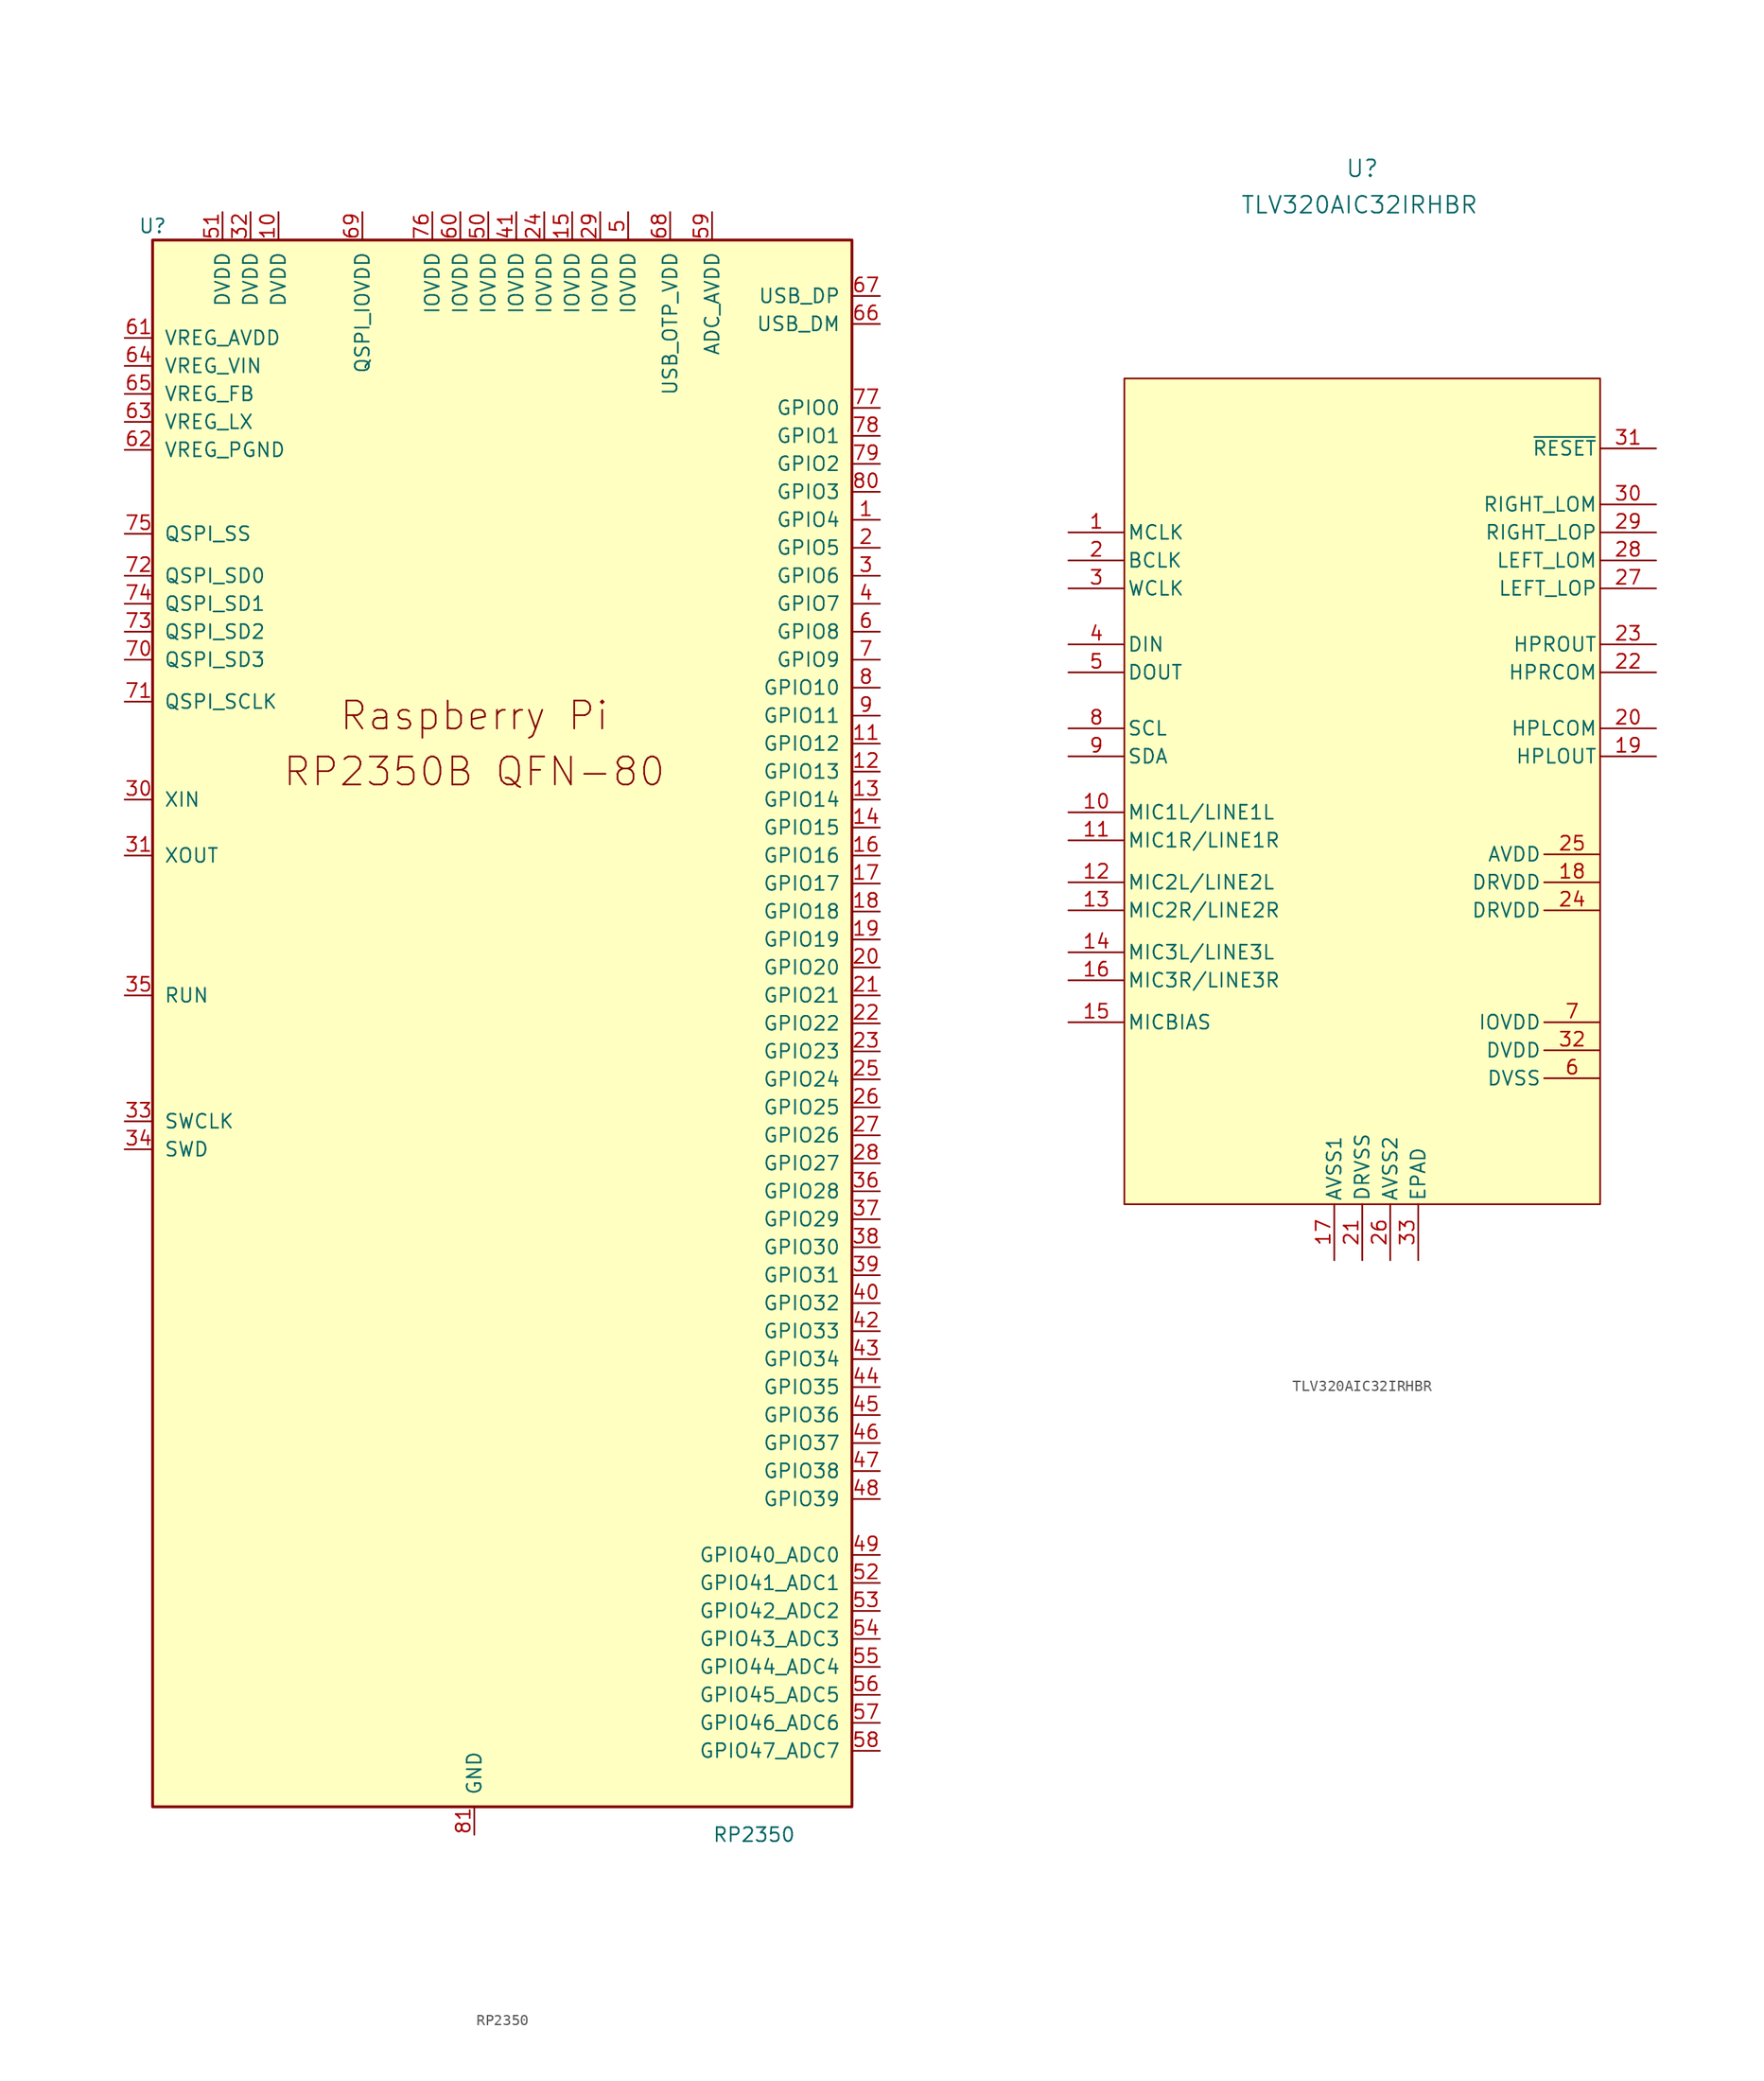
<source format=kicad_sym>
(kicad_symbol_lib
  (version 20241209)
  (generator "kicad_symbol_editor")
  (generator_version "9.0")
  (symbol "RP2350"
    (pin_names
      (offset 1.016))
    (property "Reference" "U"
      (at -29.21 49.53 0)
      (effects (font (size 1.27 1.27))))
    (property "Value" "RP2350"
      (at 25.4 -96.52 0)
      (effects (font (size 1.27 1.27))))
    (symbol "RP2350_0_0"
      (text "Raspberry Pi" (at 0 5.08 0) (effects (font (size 2.54 2.54)))))
    (symbol "RP2350_0_1"
      (rectangle (start -29.21 48.26) (end 34.29 -93.98) (stroke (width 0.254) (type default)) (fill (type background))))
    (symbol "RP2350_1_0"
      (text "RP2350B QFN-80" (at 0 0 0) (effects (font (size 2.54 2.54)))))
    (symbol "RP2350_1_1"
      (pin power_in line (at -31.75 39.37 0) (length 2.54) (name "VREG_AVDD" (effects (font (size 1.27 1.27)))) (number "61" (effects (font (size 1.27 1.27)))))
      (pin power_in line (at -31.75 36.83 0) (length 2.54) (name "VREG_VIN" (effects (font (size 1.27 1.27)))) (number "64" (effects (font (size 1.27 1.27)))))
      (pin input line (at -31.75 34.29 0) (length 2.54) (name "VREG_FB" (effects (font (size 1.27 1.27)))) (number "65" (effects (font (size 1.27 1.27)))))
      (pin power_out line (at -31.75 31.75 0) (length 2.54) (name "VREG_LX" (effects (font (size 1.27 1.27)))) (number "63" (effects (font (size 1.27 1.27)))))
      (pin power_in line (at -31.75 29.21 0) (length 2.54) (name "VREG_PGND" (effects (font (size 1.27 1.27)))) (number "62" (effects (font (size 1.27 1.27)))))
      (pin bidirectional line (at -31.75 21.59 0) (length 2.54) (name "QSPI_SS" (effects (font (size 1.27 1.27)))) (number "75" (effects (font (size 1.27 1.27)))))
      (pin bidirectional line (at -31.75 17.78 0) (length 2.54) (name "QSPI_SD0" (effects (font (size 1.27 1.27)))) (number "72" (effects (font (size 1.27 1.27)))))
      (pin bidirectional line (at -31.75 15.24 0) (length 2.54) (name "QSPI_SD1" (effects (font (size 1.27 1.27)))) (number "74" (effects (font (size 1.27 1.27)))))
      (pin bidirectional line (at -31.75 12.7 0) (length 2.54) (name "QSPI_SD2" (effects (font (size 1.27 1.27)))) (number "73" (effects (font (size 1.27 1.27)))))
      (pin bidirectional line (at -31.75 10.16 0) (length 2.54) (name "QSPI_SD3" (effects (font (size 1.27 1.27)))) (number "70" (effects (font (size 1.27 1.27)))))
      (pin output line (at -31.75 6.35 0) (length 2.54) (name "QSPI_SCLK" (effects (font (size 1.27 1.27)))) (number "71" (effects (font (size 1.27 1.27)))))
      (pin input line (at -31.75 -2.54 0) (length 2.54) (name "XIN" (effects (font (size 1.27 1.27)))) (number "30" (effects (font (size 1.27 1.27)))))
      (pin passive line (at -31.75 -7.62 0) (length 2.54) (name "XOUT" (effects (font (size 1.27 1.27)))) (number "31" (effects (font (size 1.27 1.27)))))
      (pin input line (at -31.75 -20.32 0) (length 2.54) (name "RUN" (effects (font (size 1.27 1.27)))) (number "35" (effects (font (size 1.27 1.27)))))
      (pin output line (at -31.75 -31.75 0) (length 2.54) (name "SWCLK" (effects (font (size 1.27 1.27)))) (number "33" (effects (font (size 1.27 1.27)))))
      (pin bidirectional line (at -31.75 -34.29 0) (length 2.54) (name "SWD" (effects (font (size 1.27 1.27)))) (number "34" (effects (font (size 1.27 1.27)))))
      (pin power_in line (at -22.86 50.8 270) (length 2.54) (name "DVDD" (effects (font (size 1.27 1.27)))) (number "51" (effects (font (size 1.27 1.27)))))
      (pin power_in line (at -20.32 50.8 270) (length 2.54) (name "DVDD" (effects (font (size 1.27 1.27)))) (number "32" (effects (font (size 1.27 1.27)))))
      (pin power_in line (at -17.78 50.8 270) (length 2.54) (name "DVDD" (effects (font (size 1.27 1.27)))) (number "10" (effects (font (size 1.27 1.27)))))
      (pin power_in line (at -10.16 50.8 270) (length 2.54) (name "QSPI_IOVDD" (effects (font (size 1.27 1.27)))) (number "69" (effects (font (size 1.27 1.27)))))
      (pin power_in line (at -3.81 50.8 270) (length 2.54) (name "IOVDD" (effects (font (size 1.27 1.27)))) (number "76" (effects (font (size 1.27 1.27)))))
      (pin power_in line (at -1.27 50.8 270) (length 2.54) (name "IOVDD" (effects (font (size 1.27 1.27)))) (number "60" (effects (font (size 1.27 1.27)))))
      (pin power_in line (at 0 -96.52 90) (length 2.54) (name "GND" (effects (font (size 1.27 1.27)))) (number "81" (effects (font (size 1.27 1.27)))))
      (pin power_in line (at 1.27 50.8 270) (length 2.54) (name "IOVDD" (effects (font (size 1.27 1.27)))) (number "50" (effects (font (size 1.27 1.27)))))
      (pin power_in line (at 3.81 50.8 270) (length 2.54) (name "IOVDD" (effects (font (size 1.27 1.27)))) (number "41" (effects (font (size 1.27 1.27)))))
      (pin power_in line (at 6.35 50.8 270) (length 2.54) (name "IOVDD" (effects (font (size 1.27 1.27)))) (number "24" (effects (font (size 1.27 1.27)))))
      (pin power_in line (at 8.89 50.8 270) (length 2.54) (name "IOVDD" (effects (font (size 1.27 1.27)))) (number "15" (effects (font (size 1.27 1.27)))))
      (pin power_in line (at 11.43 50.8 270) (length 2.54) (name "IOVDD" (effects (font (size 1.27 1.27)))) (number "29" (effects (font (size 1.27 1.27)))))
      (pin power_in line (at 13.97 50.8 270) (length 2.54) (name "IOVDD" (effects (font (size 1.27 1.27)))) (number "5" (effects (font (size 1.27 1.27)))))
      (pin power_in line (at 17.78 50.8 270) (length 2.54) (name "USB_OTP_VDD" (effects (font (size 1.27 1.27)))) (number "68" (effects (font (size 1.27 1.27)))))
      (pin power_in line (at 21.59 50.8 270) (length 2.54) (name "ADC_AVDD" (effects (font (size 1.27 1.27)))) (number "59" (effects (font (size 1.27 1.27)))))
      (pin bidirectional line (at 36.83 43.18 180) (length 2.54) (name "USB_DP" (effects (font (size 1.27 1.27)))) (number "67" (effects (font (size 1.27 1.27)))))
      (pin bidirectional line (at 36.83 40.64 180) (length 2.54) (name "USB_DM" (effects (font (size 1.27 1.27)))) (number "66" (effects (font (size 1.27 1.27)))))
      (pin bidirectional line (at 36.83 33.02 180) (length 2.54) (name "GPIO0" (effects (font (size 1.27 1.27)))) (number "77" (effects (font (size 1.27 1.27)))))
      (pin bidirectional line (at 36.83 30.48 180) (length 2.54) (name "GPIO1" (effects (font (size 1.27 1.27)))) (number "78" (effects (font (size 1.27 1.27)))))
      (pin bidirectional line (at 36.83 27.94 180) (length 2.54) (name "GPIO2" (effects (font (size 1.27 1.27)))) (number "79" (effects (font (size 1.27 1.27)))))
      (pin bidirectional line (at 36.83 25.4 180) (length 2.54) (name "GPIO3" (effects (font (size 1.27 1.27)))) (number "80" (effects (font (size 1.27 1.27)))))
      (pin bidirectional line (at 36.83 22.86 180) (length 2.54) (name "GPIO4" (effects (font (size 1.27 1.27)))) (number "1" (effects (font (size 1.27 1.27)))))
      (pin bidirectional line (at 36.83 20.32 180) (length 2.54) (name "GPIO5" (effects (font (size 1.27 1.27)))) (number "2" (effects (font (size 1.27 1.27)))))
      (pin bidirectional line (at 36.83 17.78 180) (length 2.54) (name "GPIO6" (effects (font (size 1.27 1.27)))) (number "3" (effects (font (size 1.27 1.27)))))
      (pin bidirectional line (at 36.83 15.24 180) (length 2.54) (name "GPIO7" (effects (font (size 1.27 1.27)))) (number "4" (effects (font (size 1.27 1.27)))))
      (pin bidirectional line (at 36.83 12.7 180) (length 2.54) (name "GPIO8" (effects (font (size 1.27 1.27)))) (number "6" (effects (font (size 1.27 1.27)))))
      (pin bidirectional line (at 36.83 10.16 180) (length 2.54) (name "GPIO9" (effects (font (size 1.27 1.27)))) (number "7" (effects (font (size 1.27 1.27)))))
      (pin bidirectional line (at 36.83 7.62 180) (length 2.54) (name "GPIO10" (effects (font (size 1.27 1.27)))) (number "8" (effects (font (size 1.27 1.27)))))
      (pin bidirectional line (at 36.83 5.08 180) (length 2.54) (name "GPIO11" (effects (font (size 1.27 1.27)))) (number "9" (effects (font (size 1.27 1.27)))))
      (pin bidirectional line (at 36.83 2.54 180) (length 2.54) (name "GPIO12" (effects (font (size 1.27 1.27)))) (number "11" (effects (font (size 1.27 1.27)))))
      (pin bidirectional line (at 36.83 0 180) (length 2.54) (name "GPIO13" (effects (font (size 1.27 1.27)))) (number "12" (effects (font (size 1.27 1.27)))))
      (pin bidirectional line (at 36.83 -2.54 180) (length 2.54) (name "GPIO14" (effects (font (size 1.27 1.27)))) (number "13" (effects (font (size 1.27 1.27)))))
      (pin bidirectional line (at 36.83 -5.08 180) (length 2.54) (name "GPIO15" (effects (font (size 1.27 1.27)))) (number "14" (effects (font (size 1.27 1.27)))))
      (pin bidirectional line (at 36.83 -7.62 180) (length 2.54) (name "GPIO16" (effects (font (size 1.27 1.27)))) (number "16" (effects (font (size 1.27 1.27)))))
      (pin bidirectional line (at 36.83 -10.16 180) (length 2.54) (name "GPIO17" (effects (font (size 1.27 1.27)))) (number "17" (effects (font (size 1.27 1.27)))))
      (pin bidirectional line (at 36.83 -12.7 180) (length 2.54) (name "GPIO18" (effects (font (size 1.27 1.27)))) (number "18" (effects (font (size 1.27 1.27)))))
      (pin bidirectional line (at 36.83 -15.24 180) (length 2.54) (name "GPIO19" (effects (font (size 1.27 1.27)))) (number "19" (effects (font (size 1.27 1.27)))))
      (pin bidirectional line (at 36.83 -17.78 180) (length 2.54) (name "GPIO20" (effects (font (size 1.27 1.27)))) (number "20" (effects (font (size 1.27 1.27)))))
      (pin bidirectional line (at 36.83 -20.32 180) (length 2.54) (name "GPIO21" (effects (font (size 1.27 1.27)))) (number "21" (effects (font (size 1.27 1.27)))))
      (pin bidirectional line (at 36.83 -22.86 180) (length 2.54) (name "GPIO22" (effects (font (size 1.27 1.27)))) (number "22" (effects (font (size 1.27 1.27)))))
      (pin bidirectional line (at 36.83 -25.4 180) (length 2.54) (name "GPIO23" (effects (font (size 1.27 1.27)))) (number "23" (effects (font (size 1.27 1.27)))))
      (pin bidirectional line (at 36.83 -27.94 180) (length 2.54) (name "GPIO24" (effects (font (size 1.27 1.27)))) (number "25" (effects (font (size 1.27 1.27)))))
      (pin bidirectional line (at 36.83 -30.48 180) (length 2.54) (name "GPIO25" (effects (font (size 1.27 1.27)))) (number "26" (effects (font (size 1.27 1.27)))))
      (pin bidirectional line (at 36.83 -33.02 180) (length 2.54) (name "GPIO26" (effects (font (size 1.27 1.27)))) (number "27" (effects (font (size 1.27 1.27)))))
      (pin bidirectional line (at 36.83 -35.56 180) (length 2.54) (name "GPIO27" (effects (font (size 1.27 1.27)))) (number "28" (effects (font (size 1.27 1.27)))))
      (pin bidirectional line (at 36.83 -38.1 180) (length 2.54) (name "GPIO28" (effects (font (size 1.27 1.27)))) (number "36" (effects (font (size 1.27 1.27)))))
      (pin bidirectional line (at 36.83 -40.64 180) (length 2.54) (name "GPIO29" (effects (font (size 1.27 1.27)))) (number "37" (effects (font (size 1.27 1.27)))))
      (pin bidirectional line (at 36.83 -43.18 180) (length 2.54) (name "GPIO30" (effects (font (size 1.27 1.27)))) (number "38" (effects (font (size 1.27 1.27)))))
      (pin bidirectional line (at 36.83 -45.72 180) (length 2.54) (name "GPIO31" (effects (font (size 1.27 1.27)))) (number "39" (effects (font (size 1.27 1.27)))))
      (pin bidirectional line (at 36.83 -48.26 180) (length 2.54) (name "GPIO32" (effects (font (size 1.27 1.27)))) (number "40" (effects (font (size 1.27 1.27)))))
      (pin bidirectional line (at 36.83 -50.8 180) (length 2.54) (name "GPIO33" (effects (font (size 1.27 1.27)))) (number "42" (effects (font (size 1.27 1.27)))))
      (pin bidirectional line (at 36.83 -53.34 180) (length 2.54) (name "GPIO34" (effects (font (size 1.27 1.27)))) (number "43" (effects (font (size 1.27 1.27)))))
      (pin bidirectional line (at 36.83 -55.88 180) (length 2.54) (name "GPIO35" (effects (font (size 1.27 1.27)))) (number "44" (effects (font (size 1.27 1.27)))))
      (pin bidirectional line (at 36.83 -58.42 180) (length 2.54) (name "GPIO36" (effects (font (size 1.27 1.27)))) (number "45" (effects (font (size 1.27 1.27)))))
      (pin bidirectional line (at 36.83 -60.96 180) (length 2.54) (name "GPIO37" (effects (font (size 1.27 1.27)))) (number "46" (effects (font (size 1.27 1.27)))))
      (pin bidirectional line (at 36.83 -63.5 180) (length 2.54) (name "GPIO38" (effects (font (size 1.27 1.27)))) (number "47" (effects (font (size 1.27 1.27)))))
      (pin bidirectional line (at 36.83 -66.04 180) (length 2.54) (name "GPIO39" (effects (font (size 1.27 1.27)))) (number "48" (effects (font (size 1.27 1.27)))))
      (pin bidirectional line (at 36.83 -71.12 180) (length 2.54) (name "GPIO40_ADC0" (effects (font (size 1.27 1.27)))) (number "49" (effects (font (size 1.27 1.27)))))
      (pin bidirectional line (at 36.83 -73.66 180) (length 2.54) (name "GPIO41_ADC1" (effects (font (size 1.27 1.27)))) (number "52" (effects (font (size 1.27 1.27)))))
      (pin bidirectional line (at 36.83 -76.2 180) (length 2.54) (name "GPIO42_ADC2" (effects (font (size 1.27 1.27)))) (number "53" (effects (font (size 1.27 1.27)))))
      (pin bidirectional line (at 36.83 -78.74 180) (length 2.54) (name "GPIO43_ADC3" (effects (font (size 1.27 1.27)))) (number "54" (effects (font (size 1.27 1.27)))))
      (pin bidirectional line (at 36.83 -81.28 180) (length 2.54) (name "GPIO44_ADC4" (effects (font (size 1.27 1.27)))) (number "55" (effects (font (size 1.27 1.27)))))
      (pin bidirectional line (at 36.83 -83.82 180) (length 2.54) (name "GPIO45_ADC5" (effects (font (size 1.27 1.27)))) (number "56" (effects (font (size 1.27 1.27)))))
      (pin bidirectional line (at 36.83 -86.36 180) (length 2.54) (name "GPIO46_ADC6" (effects (font (size 1.27 1.27)))) (number "57" (effects (font (size 1.27 1.27)))))
      (pin bidirectional line (at 36.83 -88.9 180) (length 2.54) (name "GPIO47_ADC7" (effects (font (size 1.27 1.27)))) (number "58" (effects (font (size 1.27 1.27)))))))
  (symbol "TLV320AIC32IRHBR"
    (pin_names
      (offset 0.254))
    (property "Reference" "U"
      (at 0 55.88 0)
      (effects (font (size 1.524 1.524))))
    (property "Value" "TLV320AIC32IRHBR"
      (at -0.254 52.578 0)
      (effects (font (size 1.524 1.524))))
    (symbol "TLV320AIC32IRHBR_1_1"
      (rectangle (start -21.59 36.83) (end 21.59 -38.1) (stroke (width 0) (type default)) (fill (type background)))
      (pin input line (at -26.67 22.86 0) (length 5.08) (name "MCLK" (effects (font (size 1.27 1.27)))) (number "1" (effects (font (size 1.27 1.27)))))
      (pin bidirectional line (at -26.67 20.32 0) (length 5.08) (name "BCLK" (effects (font (size 1.27 1.27)))) (number "2" (effects (font (size 1.27 1.27)))))
      (pin bidirectional line (at -26.67 17.78 0) (length 5.08) (name "WCLK" (effects (font (size 1.27 1.27)))) (number "3" (effects (font (size 1.27 1.27)))))
      (pin input line (at -26.67 12.7 0) (length 5.08) (name "DIN" (effects (font (size 1.27 1.27)))) (number "4" (effects (font (size 1.27 1.27)))))
      (pin output line (at -26.67 10.16 0) (length 5.08) (name "DOUT" (effects (font (size 1.27 1.27)))) (number "5" (effects (font (size 1.27 1.27)))))
      (pin bidirectional line (at -26.67 5.08 0) (length 5.08) (name "SCL" (effects (font (size 1.27 1.27)))) (number "8" (effects (font (size 1.27 1.27)))))
      (pin bidirectional line (at -26.67 2.54 0) (length 5.08) (name "SDA" (effects (font (size 1.27 1.27)))) (number "9" (effects (font (size 1.27 1.27)))))
      (pin input line (at -26.67 -2.54 0) (length 5.08) (name "MIC1L/LINE1L" (effects (font (size 1.27 1.27)))) (number "10" (effects (font (size 1.27 1.27)))))
      (pin input line (at -26.67 -5.08 0) (length 5.08) (name "MIC1R/LINE1R" (effects (font (size 1.27 1.27)))) (number "11" (effects (font (size 1.27 1.27)))))
      (pin input line (at -26.67 -8.89 0) (length 5.08) (name "MIC2L/LINE2L" (effects (font (size 1.27 1.27)))) (number "12" (effects (font (size 1.27 1.27)))))
      (pin input line (at -26.67 -11.43 0) (length 5.08) (name "MIC2R/LINE2R" (effects (font (size 1.27 1.27)))) (number "13" (effects (font (size 1.27 1.27)))))
      (pin input line (at -26.67 -15.24 0) (length 5.08) (name "MIC3L/LINE3L" (effects (font (size 1.27 1.27)))) (number "14" (effects (font (size 1.27 1.27)))))
      (pin input line (at -26.67 -17.78 0) (length 5.08) (name "MIC3R/LINE3R" (effects (font (size 1.27 1.27)))) (number "16" (effects (font (size 1.27 1.27)))))
      (pin input line (at -26.67 -21.59 0) (length 5.08) (name "MICBIAS" (effects (font (size 1.27 1.27)))) (number "15" (effects (font (size 1.27 1.27)))))
      (pin power_in line (at -2.54 -43.18 90) (length 5.08) (name "AVSS1" (effects (font (size 1.27 1.27)))) (number "17" (effects (font (size 1.27 1.27)))))
      (pin power_in line (at 0 -43.18 90) (length 5.08) (name "DRVSS" (effects (font (size 1.27 1.27)))) (number "21" (effects (font (size 1.27 1.27)))))
      (pin power_in line (at 2.54 -43.18 90) (length 5.08) (name "AVSS2" (effects (font (size 1.27 1.27)))) (number "26" (effects (font (size 1.27 1.27)))))
      (pin unspecified line (at 5.08 -43.18 90) (length 5.08) (name "EPAD" (effects (font (size 1.27 1.27)))) (number "33" (effects (font (size 1.27 1.27)))))
      (pin power_in line (at 21.59 -6.35 180) (length 5.08) (name "AVDD" (effects (font (size 1.27 1.27)))) (number "25" (effects (font (size 1.27 1.27)))))
      (pin power_in line (at 21.59 -8.89 180) (length 5.08) (name "DRVDD" (effects (font (size 1.27 1.27)))) (number "18" (effects (font (size 1.27 1.27)))))
      (pin power_in line (at 21.59 -11.43 180) (length 5.08) (name "DRVDD" (effects (font (size 1.27 1.27)))) (number "24" (effects (font (size 1.27 1.27)))))
      (pin power_in line (at 21.59 -21.59 180) (length 5.08) (name "IOVDD" (effects (font (size 1.27 1.27)))) (number "7" (effects (font (size 1.27 1.27)))))
      (pin power_in line (at 21.59 -24.13 180) (length 5.08) (name "DVDD" (effects (font (size 1.27 1.27)))) (number "32" (effects (font (size 1.27 1.27)))))
      (pin power_in line (at 21.59 -26.67 180) (length 5.08) (name "DVSS" (effects (font (size 1.27 1.27)))) (number "6" (effects (font (size 1.27 1.27)))))
      (pin unspecified line (at 26.67 30.48 180) (length 5.08) (name "~{RESET}" (effects (font (size 1.27 1.27)))) (number "31" (effects (font (size 1.27 1.27)))))
      (pin output line (at 26.67 25.4 180) (length 5.08) (name "RIGHT_LOM" (effects (font (size 1.27 1.27)))) (number "30" (effects (font (size 1.27 1.27)))))
      (pin output line (at 26.67 22.86 180) (length 5.08) (name "RIGHT_LOP" (effects (font (size 1.27 1.27)))) (number "29" (effects (font (size 1.27 1.27)))))
      (pin output line (at 26.67 20.32 180) (length 5.08) (name "LEFT_LOM" (effects (font (size 1.27 1.27)))) (number "28" (effects (font (size 1.27 1.27)))))
      (pin output line (at 26.67 17.78 180) (length 5.08) (name "LEFT_LOP" (effects (font (size 1.27 1.27)))) (number "27" (effects (font (size 1.27 1.27)))))
      (pin output line (at 26.67 12.7 180) (length 5.08) (name "HPROUT" (effects (font (size 1.27 1.27)))) (number "23" (effects (font (size 1.27 1.27)))))
      (pin output line (at 26.67 10.16 180) (length 5.08) (name "HPRCOM" (effects (font (size 1.27 1.27)))) (number "22" (effects (font (size 1.27 1.27)))))
      (pin output line (at 26.67 5.08 180) (length 5.08) (name "HPLCOM" (effects (font (size 1.27 1.27)))) (number "20" (effects (font (size 1.27 1.27)))))
      (pin output line (at 26.67 2.54 180) (length 5.08) (name "HPLOUT" (effects (font (size 1.27 1.27)))) (number "19" (effects (font (size 1.27 1.27))))))))
</source>
